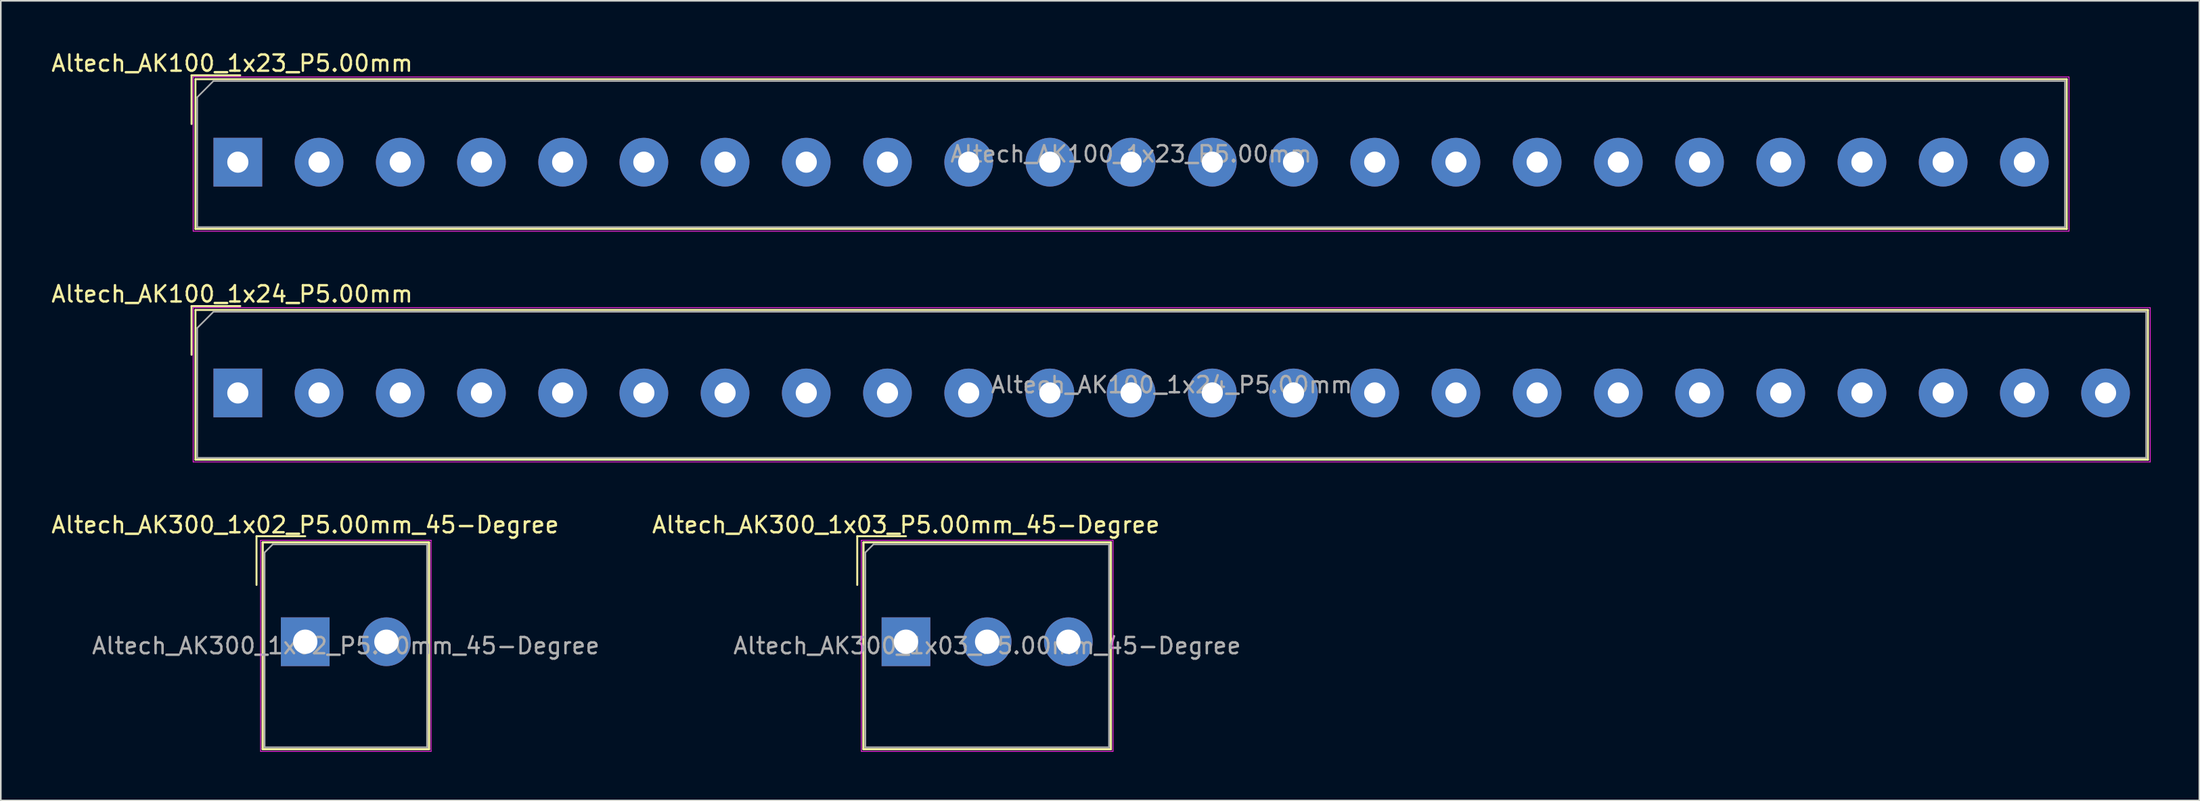
<source format=kicad_pcb>
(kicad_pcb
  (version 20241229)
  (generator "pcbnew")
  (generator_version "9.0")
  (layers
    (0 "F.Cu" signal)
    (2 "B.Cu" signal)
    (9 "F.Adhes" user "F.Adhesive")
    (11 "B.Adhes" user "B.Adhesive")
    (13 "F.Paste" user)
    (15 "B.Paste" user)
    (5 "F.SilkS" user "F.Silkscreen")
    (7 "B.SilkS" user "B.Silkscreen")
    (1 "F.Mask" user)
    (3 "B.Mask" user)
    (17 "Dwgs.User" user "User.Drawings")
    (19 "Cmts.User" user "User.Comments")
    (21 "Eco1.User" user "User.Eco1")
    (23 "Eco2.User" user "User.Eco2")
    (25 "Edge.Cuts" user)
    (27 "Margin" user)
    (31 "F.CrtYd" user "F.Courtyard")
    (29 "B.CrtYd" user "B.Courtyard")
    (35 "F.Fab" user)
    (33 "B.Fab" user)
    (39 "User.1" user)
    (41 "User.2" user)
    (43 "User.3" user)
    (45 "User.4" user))
  (footprint "Altech_AK300_1x02_P5.00mm_45-Degree"
    (layer "F.Cu")
    (at 15.744 36.475)
    (property "Reference" "Altech_AK300_1x02_P5.00mm_45-Degree" (at 0 -7.2 0) (layer "F.SilkS") (effects (font (size 1 1) (thickness 0.15))))
    (attr through_hole)
    (fp_line (start -3 -6.5) (end 0 -6.5) (stroke (width 0.12) (type solid)) (layer "F.SilkS"))
    (fp_line (start -3 -3.5) (end -3 -6.5) (stroke (width 0.12) (type solid)) (layer "F.SilkS"))
    (fp_line (start -2.62 -6.12) (end -2.62 6.62) (stroke (width 0.12) (type solid)) (layer "F.SilkS"))
    (fp_line (start -2.62 -6.12) (end -2.62 6.62) (stroke (width 0.12) (type solid)) (layer "F.SilkS"))
    (fp_line (start -2.62 -6.12) (end 7.62 -6.12) (stroke (width 0.12) (type solid)) (layer "F.SilkS"))
    (fp_line (start -2.62 -6.12) (end 7.62 -6.12) (stroke (width 0.12) (type solid)) (layer "F.SilkS"))
    (fp_line (start -2.62 6.62) (end 7.62 6.62) (stroke (width 0.12) (type solid)) (layer "F.SilkS"))
    (fp_line (start -2.62 6.62) (end 7.62 6.62) (stroke (width 0.12) (type solid)) (layer "F.SilkS"))
    (fp_line (start 7.62 -6.12) (end 7.62 6.62) (stroke (width 0.12) (type solid)) (layer "F.SilkS"))
    (fp_line (start 7.62 -6.12) (end 7.62 6.62) (stroke (width 0.12) (type solid)) (layer "F.SilkS"))
    (fp_line (start -2.75 -6.25) (end -2.75 6.75) (stroke (width 0.05) (type solid)) (layer "F.CrtYd"))
    (fp_line (start -2.75 -6.25) (end 7.75 -6.25) (stroke (width 0.05) (type solid)) (layer "F.CrtYd"))
    (fp_line (start -2.75 6.75) (end 7.75 6.75) (stroke (width 0.05) (type solid)) (layer "F.CrtYd"))
    (fp_line (start 7.75 -6.25) (end 7.75 6.75) (stroke (width 0.05) (type solid)) (layer "F.CrtYd"))
    (fp_line (start -2.5 -5.5) (end -2 -6) (stroke (width 0.1) (type solid)) (layer "F.Fab"))
    (fp_line (start -2.5 6.5) (end -2.5 -5.5) (stroke (width 0.1) (type solid)) (layer "F.Fab"))
    (fp_line (start -2 -6) (end 7.5 -6) (stroke (width 0.1) (type solid)) (layer "F.Fab"))
    (fp_line (start 7.5 -6) (end 7.5 6.5) (stroke (width 0.1) (type solid)) (layer "F.Fab"))
    (fp_line (start 7.5 6.5) (end -2.5 6.5) (stroke (width 0.1) (type solid)) (layer "F.Fab"))
    (fp_text user "${REFERENCE}" (at 2.5 0.25 0) (layer "F.Fab") (effects (font (size 1 1) (thickness 0.15))))
    (pad "1" thru_hole rect (at 0 0) (size 3 3) (drill 1.5) (layers "*.Cu" "*.Mask"))
    (pad "2" thru_hole circle (at 5 0) (size 3 3) (drill 1.5) (layers "*.Cu" "*.Mask")))
  (footprint "Altech_AK100_1x24_P5.00mm"
    (layer "F.Cu")
    (at 11.594 21.151)
    (property "Reference" "Altech_AK100_1x24_P5.00mm" (at -0.35 -6.09 0) (layer "F.SilkS") (effects (font (size 1 1) (thickness 0.15))))
    (attr through_hole)
    (fp_line (start -2.85 -5.35) (end 0.15 -5.35) (stroke (width 0.12) (type solid)) (layer "F.SilkS"))
    (fp_line (start -2.85 -2.35) (end -2.85 -5.35) (stroke (width 0.12) (type solid)) (layer "F.SilkS"))
    (fp_line (start -2.61 -5.11) (end -2.61 4.11) (stroke (width 0.12) (type solid)) (layer "F.SilkS"))
    (fp_line (start -2.61 -5.11) (end 117.61 -5.11) (stroke (width 0.12) (type solid)) (layer "F.SilkS"))
    (fp_line (start -2.61 4.11) (end 117.61 4.11) (stroke (width 0.12) (type solid)) (layer "F.SilkS"))
    (fp_line (start 117.61 -5.11) (end 117.61 4.11) (stroke (width 0.12) (type solid)) (layer "F.SilkS"))
    (fp_line (start -2.75 -5.25) (end -2.75 4.25) (stroke (width 0.05) (type solid)) (layer "F.CrtYd"))
    (fp_line (start -2.75 -5.25) (end 117.75 -5.25) (stroke (width 0.05) (type solid)) (layer "F.CrtYd"))
    (fp_line (start -2.75 4.25) (end 117.75 4.25) (stroke (width 0.05) (type solid)) (layer "F.CrtYd"))
    (fp_line (start 117.75 -5.25) (end 117.75 4.25) (stroke (width 0.05) (type solid)) (layer "F.CrtYd"))
    (fp_line (start -2.5 -4) (end -1.5 -5) (stroke (width 0.1) (type solid)) (layer "F.Fab"))
    (fp_line (start -2.5 4) (end -2.5 -4) (stroke (width 0.1) (type solid)) (layer "F.Fab"))
    (fp_line (start -1.5 -5) (end 117.5 -5) (stroke (width 0.1) (type solid)) (layer "F.Fab"))
    (fp_line (start 117.5 -5) (end 117.5 4) (stroke (width 0.1) (type solid)) (layer "F.Fab"))
    (fp_line (start 117.5 4) (end -2.5 4) (stroke (width 0.1) (type solid)) (layer "F.Fab"))
    (fp_text user "${REFERENCE}" (at 57.5 -0.5 0) (layer "F.Fab") (effects (font (size 1 1) (thickness 0.15))))
    (pad "1" thru_hole rect (at 0 0) (size 3 3) (drill 1.3) (layers "*.Cu" "*.Mask"))
    (pad "2" thru_hole circle (at 5 0) (size 3 3) (drill 1.3) (layers "*.Cu" "*.Mask"))
    (pad "3" thru_hole circle (at 10 0) (size 3 3) (drill 1.3) (layers "*.Cu" "*.Mask"))
    (pad "4" thru_hole circle (at 15 0) (size 3 3) (drill 1.3) (layers "*.Cu" "*.Mask"))
    (pad "5" thru_hole circle (at 20 0) (size 3 3) (drill 1.3) (layers "*.Cu" "*.Mask"))
    (pad "6" thru_hole circle (at 25 0) (size 3 3) (drill 1.3) (layers "*.Cu" "*.Mask"))
    (pad "7" thru_hole circle (at 30 0) (size 3 3) (drill 1.3) (layers "*.Cu" "*.Mask"))
    (pad "8" thru_hole circle (at 35 0) (size 3 3) (drill 1.3) (layers "*.Cu" "*.Mask"))
    (pad "9" thru_hole circle (at 40 0) (size 3 3) (drill 1.3) (layers "*.Cu" "*.Mask"))
    (pad "10" thru_hole circle (at 45 0) (size 3 3) (drill 1.3) (layers "*.Cu" "*.Mask"))
    (pad "11" thru_hole circle (at 50 0) (size 3 3) (drill 1.3) (layers "*.Cu" "*.Mask"))
    (pad "12" thru_hole circle (at 55 0) (size 3 3) (drill 1.3) (layers "*.Cu" "*.Mask"))
    (pad "13" thru_hole circle (at 60 0) (size 3 3) (drill 1.3) (layers "*.Cu" "*.Mask"))
    (pad "14" thru_hole circle (at 65 0) (size 3 3) (drill 1.3) (layers "*.Cu" "*.Mask"))
    (pad "15" thru_hole circle (at 70 0) (size 3 3) (drill 1.3) (layers "*.Cu" "*.Mask"))
    (pad "16" thru_hole circle (at 75 0) (size 3 3) (drill 1.3) (layers "*.Cu" "*.Mask"))
    (pad "17" thru_hole circle (at 80 0) (size 3 3) (drill 1.3) (layers "*.Cu" "*.Mask"))
    (pad "18" thru_hole circle (at 85 0) (size 3 3) (drill 1.3) (layers "*.Cu" "*.Mask"))
    (pad "19" thru_hole circle (at 90 0) (size 3 3) (drill 1.3) (layers "*.Cu" "*.Mask"))
    (pad "20" thru_hole circle (at 95 0) (size 3 3) (drill 1.3) (layers "*.Cu" "*.Mask"))
    (pad "21" thru_hole circle (at 100 0) (size 3 3) (drill 1.3) (layers "*.Cu" "*.Mask"))
    (pad "22" thru_hole circle (at 105 0) (size 3 3) (drill 1.3) (layers "*.Cu" "*.Mask"))
    (pad "23" thru_hole circle (at 110 0) (size 3 3) (drill 1.3) (layers "*.Cu" "*.Mask"))
    (pad "24" thru_hole circle (at 115 0) (size 3 3) (drill 1.3) (layers "*.Cu" "*.Mask")))
  (footprint "Altech_AK300_1x03_P5.00mm_45-Degree"
    (layer "F.Cu")
    (at 52.732 36.475)
    (property "Reference" "Altech_AK300_1x03_P5.00mm_45-Degree" (at 0 -7.2 0) (layer "F.SilkS") (effects (font (size 1 1) (thickness 0.15))))
    (attr through_hole)
    (fp_line (start -3 -6.5) (end 0 -6.5) (stroke (width 0.12) (type solid)) (layer "F.SilkS"))
    (fp_line (start -3 -3.5) (end -3 -6.5) (stroke (width 0.12) (type solid)) (layer "F.SilkS"))
    (fp_line (start -2.62 -6.12) (end -2.62 6.62) (stroke (width 0.12) (type solid)) (layer "F.SilkS"))
    (fp_line (start -2.62 -6.12) (end -2.62 6.62) (stroke (width 0.12) (type solid)) (layer "F.SilkS"))
    (fp_line (start -2.62 -6.12) (end 12.62 -6.12) (stroke (width 0.12) (type solid)) (layer "F.SilkS"))
    (fp_line (start -2.62 -6.12) (end 12.62 -6.12) (stroke (width 0.12) (type solid)) (layer "F.SilkS"))
    (fp_line (start -2.62 6.62) (end 12.62 6.62) (stroke (width 0.12) (type solid)) (layer "F.SilkS"))
    (fp_line (start -2.62 6.62) (end 12.62 6.62) (stroke (width 0.12) (type solid)) (layer "F.SilkS"))
    (fp_line (start 12.62 -6.12) (end 12.62 6.62) (stroke (width 0.12) (type solid)) (layer "F.SilkS"))
    (fp_line (start 12.62 -6.12) (end 12.62 6.62) (stroke (width 0.12) (type solid)) (layer "F.SilkS"))
    (fp_line (start -2.75 -6.25) (end -2.75 6.75) (stroke (width 0.05) (type solid)) (layer "F.CrtYd"))
    (fp_line (start -2.75 -6.25) (end 12.75 -6.25) (stroke (width 0.05) (type solid)) (layer "F.CrtYd"))
    (fp_line (start -2.75 6.75) (end 12.75 6.75) (stroke (width 0.05) (type solid)) (layer "F.CrtYd"))
    (fp_line (start 12.75 -6.25) (end 12.75 6.75) (stroke (width 0.05) (type solid)) (layer "F.CrtYd"))
    (fp_line (start -2.5 -5.5) (end -2 -6) (stroke (width 0.1) (type solid)) (layer "F.Fab"))
    (fp_line (start -2.5 6.5) (end -2.5 -5.5) (stroke (width 0.1) (type solid)) (layer "F.Fab"))
    (fp_line (start -2 -6) (end 12.5 -6) (stroke (width 0.1) (type solid)) (layer "F.Fab"))
    (fp_line (start 12.5 -6) (end 12.5 6.5) (stroke (width 0.1) (type solid)) (layer "F.Fab"))
    (fp_line (start 12.5 6.5) (end -2.5 6.5) (stroke (width 0.1) (type solid)) (layer "F.Fab"))
    (fp_text user "${REFERENCE}" (at 5 0.25 0) (layer "F.Fab") (effects (font (size 1 1) (thickness 0.15))))
    (pad "1" thru_hole rect (at 0 0) (size 3 3) (drill 1.5) (layers "*.Cu" "*.Mask"))
    (pad "2" thru_hole circle (at 5 0) (size 3 3) (drill 1.5) (layers "*.Cu" "*.Mask"))
    (pad "3" thru_hole circle (at 10 0) (size 3 3) (drill 1.5) (layers "*.Cu" "*.Mask")))
  (footprint "Altech_AK100_1x23_P5.00mm"
    (layer "F.Cu")
    (at 11.594 6.938)
    (property "Reference" "Altech_AK100_1x23_P5.00mm" (at -0.35 -6.09 0) (layer "F.SilkS") (effects (font (size 1 1) (thickness 0.15))))
    (attr through_hole)
    (fp_line (start -2.85 -5.35) (end 0.15 -5.35) (stroke (width 0.12) (type solid)) (layer "F.SilkS"))
    (fp_line (start -2.85 -2.35) (end -2.85 -5.35) (stroke (width 0.12) (type solid)) (layer "F.SilkS"))
    (fp_line (start -2.61 -5.11) (end -2.61 4.11) (stroke (width 0.12) (type solid)) (layer "F.SilkS"))
    (fp_line (start -2.61 -5.11) (end 112.61 -5.11) (stroke (width 0.12) (type solid)) (layer "F.SilkS"))
    (fp_line (start -2.61 4.11) (end 112.61 4.11) (stroke (width 0.12) (type solid)) (layer "F.SilkS"))
    (fp_line (start 112.61 -5.11) (end 112.61 4.11) (stroke (width 0.12) (type solid)) (layer "F.SilkS"))
    (fp_line (start -2.75 -5.25) (end -2.75 4.25) (stroke (width 0.05) (type solid)) (layer "F.CrtYd"))
    (fp_line (start -2.75 -5.25) (end 112.75 -5.25) (stroke (width 0.05) (type solid)) (layer "F.CrtYd"))
    (fp_line (start -2.75 4.25) (end 112.75 4.25) (stroke (width 0.05) (type solid)) (layer "F.CrtYd"))
    (fp_line (start 112.75 -5.25) (end 112.75 4.25) (stroke (width 0.05) (type solid)) (layer "F.CrtYd"))
    (fp_line (start -2.5 -4) (end -1.5 -5) (stroke (width 0.1) (type solid)) (layer "F.Fab"))
    (fp_line (start -2.5 4) (end -2.5 -4) (stroke (width 0.1) (type solid)) (layer "F.Fab"))
    (fp_line (start -1.5 -5) (end 112.5 -5) (stroke (width 0.1) (type solid)) (layer "F.Fab"))
    (fp_line (start 112.5 -5) (end 112.5 4) (stroke (width 0.1) (type solid)) (layer "F.Fab"))
    (fp_line (start 112.5 4) (end -2.5 4) (stroke (width 0.1) (type solid)) (layer "F.Fab"))
    (fp_text user "${REFERENCE}" (at 55 -0.5 0) (layer "F.Fab") (effects (font (size 1 1) (thickness 0.15))))
    (pad "1" thru_hole rect (at 0 0) (size 3 3) (drill 1.3) (layers "*.Cu" "*.Mask"))
    (pad "2" thru_hole circle (at 5 0) (size 3 3) (drill 1.3) (layers "*.Cu" "*.Mask"))
    (pad "3" thru_hole circle (at 10 0) (size 3 3) (drill 1.3) (layers "*.Cu" "*.Mask"))
    (pad "4" thru_hole circle (at 15 0) (size 3 3) (drill 1.3) (layers "*.Cu" "*.Mask"))
    (pad "5" thru_hole circle (at 20 0) (size 3 3) (drill 1.3) (layers "*.Cu" "*.Mask"))
    (pad "6" thru_hole circle (at 25 0) (size 3 3) (drill 1.3) (layers "*.Cu" "*.Mask"))
    (pad "7" thru_hole circle (at 30 0) (size 3 3) (drill 1.3) (layers "*.Cu" "*.Mask"))
    (pad "8" thru_hole circle (at 35 0) (size 3 3) (drill 1.3) (layers "*.Cu" "*.Mask"))
    (pad "9" thru_hole circle (at 40 0) (size 3 3) (drill 1.3) (layers "*.Cu" "*.Mask"))
    (pad "10" thru_hole circle (at 45 0) (size 3 3) (drill 1.3) (layers "*.Cu" "*.Mask"))
    (pad "11" thru_hole circle (at 50 0) (size 3 3) (drill 1.3) (layers "*.Cu" "*.Mask"))
    (pad "12" thru_hole circle (at 55 0) (size 3 3) (drill 1.3) (layers "*.Cu" "*.Mask"))
    (pad "13" thru_hole circle (at 60 0) (size 3 3) (drill 1.3) (layers "*.Cu" "*.Mask"))
    (pad "14" thru_hole circle (at 65 0) (size 3 3) (drill 1.3) (layers "*.Cu" "*.Mask"))
    (pad "15" thru_hole circle (at 70 0) (size 3 3) (drill 1.3) (layers "*.Cu" "*.Mask"))
    (pad "16" thru_hole circle (at 75 0) (size 3 3) (drill 1.3) (layers "*.Cu" "*.Mask"))
    (pad "17" thru_hole circle (at 80 0) (size 3 3) (drill 1.3) (layers "*.Cu" "*.Mask"))
    (pad "18" thru_hole circle (at 85 0) (size 3 3) (drill 1.3) (layers "*.Cu" "*.Mask"))
    (pad "19" thru_hole circle (at 90 0) (size 3 3) (drill 1.3) (layers "*.Cu" "*.Mask"))
    (pad "20" thru_hole circle (at 95 0) (size 3 3) (drill 1.3) (layers "*.Cu" "*.Mask"))
    (pad "21" thru_hole circle (at 100 0) (size 3 3) (drill 1.3) (layers "*.Cu" "*.Mask"))
    (pad "22" thru_hole circle (at 105 0) (size 3 3) (drill 1.3) (layers "*.Cu" "*.Mask"))
    (pad "23" thru_hole circle (at 110 0) (size 3 3) (drill 1.3) (layers "*.Cu" "*.Mask")))
  (gr_rect
    (start -3 -3)
    (end 132.369 46.25)
    (stroke (width 0.1) (type default))
    (fill no)
    (layer "Edge.Cuts")))
</source>
